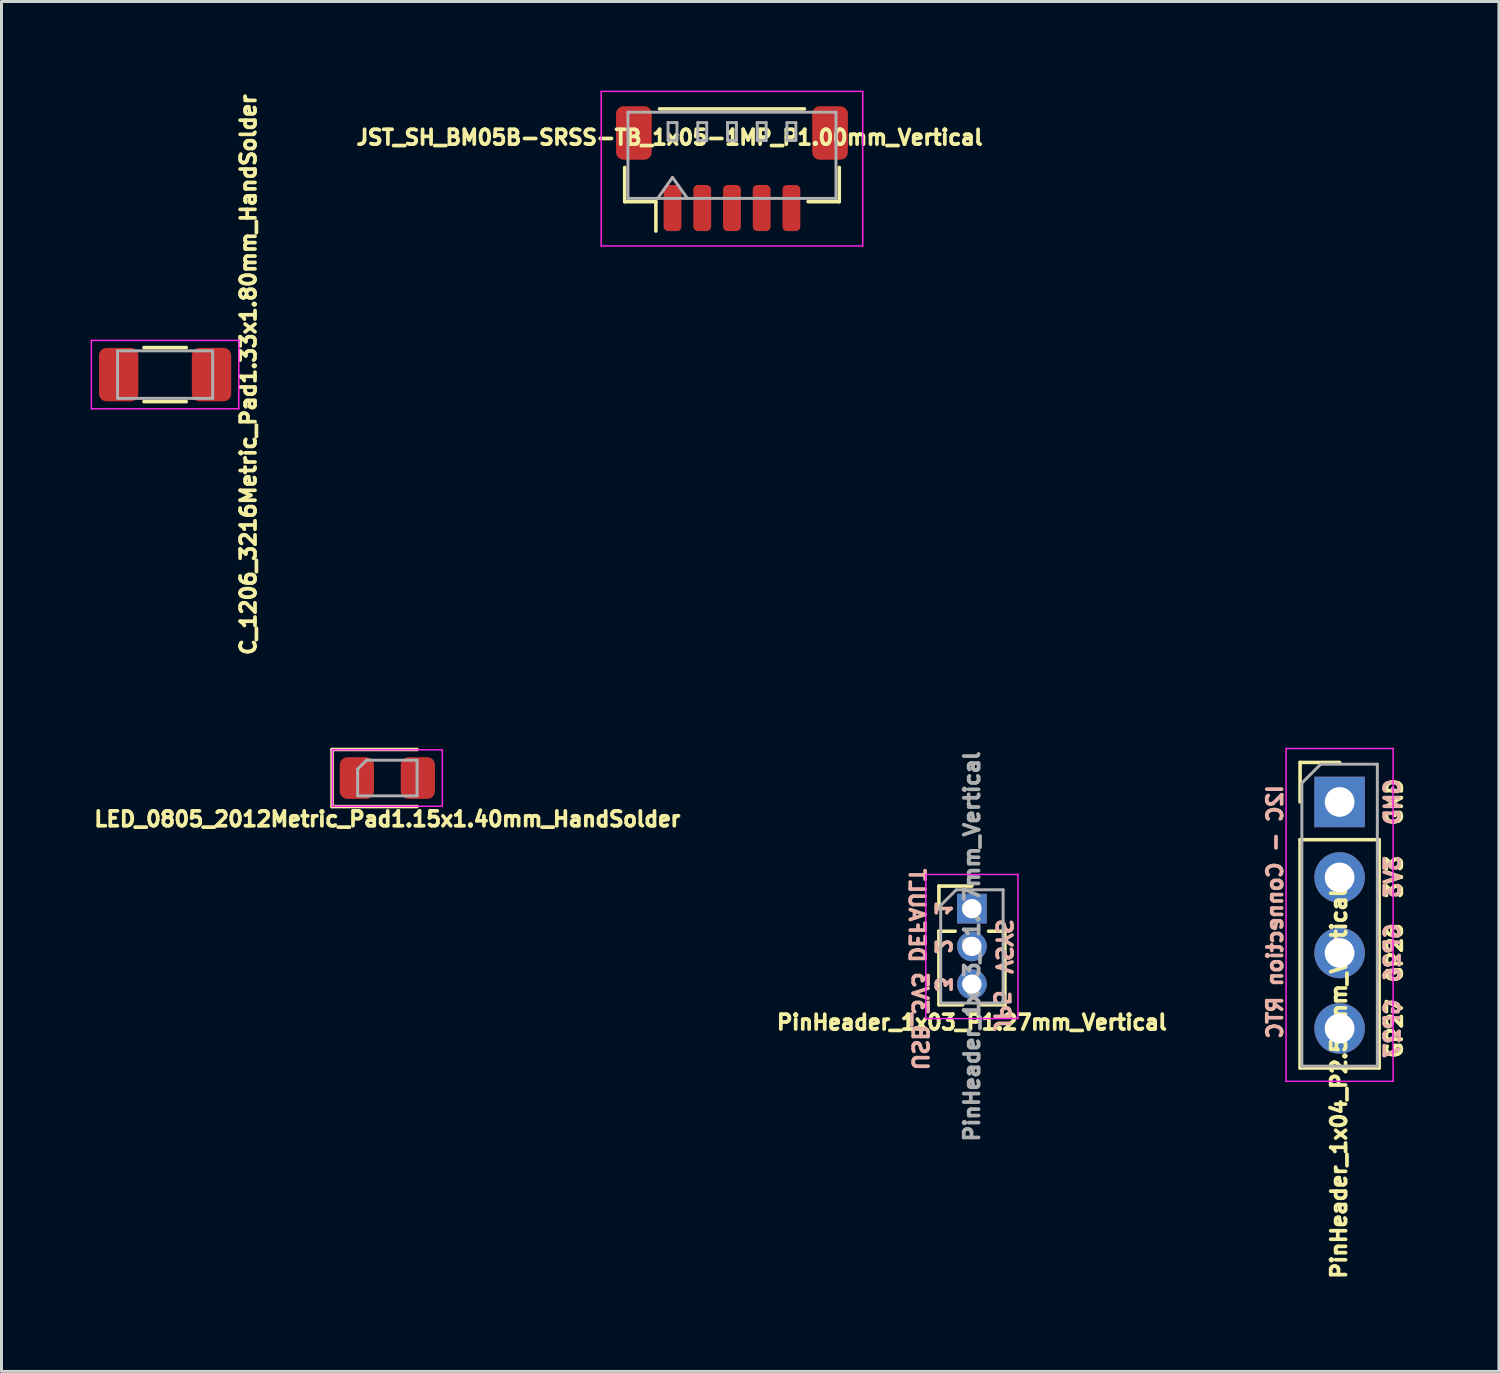
<source format=kicad_pcb>
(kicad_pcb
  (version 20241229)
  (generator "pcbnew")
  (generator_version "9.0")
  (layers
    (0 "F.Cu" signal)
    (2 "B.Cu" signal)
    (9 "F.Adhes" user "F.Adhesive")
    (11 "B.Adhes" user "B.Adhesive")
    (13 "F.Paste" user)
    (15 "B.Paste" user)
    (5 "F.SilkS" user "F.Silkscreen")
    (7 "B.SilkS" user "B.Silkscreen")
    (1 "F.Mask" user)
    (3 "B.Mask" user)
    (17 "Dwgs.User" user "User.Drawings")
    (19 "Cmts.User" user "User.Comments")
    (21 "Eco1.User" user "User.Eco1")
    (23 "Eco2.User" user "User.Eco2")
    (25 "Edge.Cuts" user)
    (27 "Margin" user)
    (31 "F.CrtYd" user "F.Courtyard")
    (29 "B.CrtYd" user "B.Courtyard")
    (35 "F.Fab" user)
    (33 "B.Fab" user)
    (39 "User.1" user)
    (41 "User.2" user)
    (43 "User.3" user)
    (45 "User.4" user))
  (footprint "PinHeader_1x04_P2.54mm_Vertical"
    (layer "F.Cu")
    (at 42.023 23.933)
    (property "Reference" "PinHeader_1x04_P2.54mm_Vertical" (at -0.025 9.475 270) (layer "F.SilkS") (effects (font (size 0.5 0.5) (thickness 0.15))))
    (attr through_hole)
    (fp_line (start -1.33 -1.33) (end 0 -1.33) (stroke (width 0.12) (type solid)) (layer "F.SilkS"))
    (fp_line (start -1.33 0) (end -1.33 -1.33) (stroke (width 0.12) (type solid)) (layer "F.SilkS"))
    (fp_line (start -1.33 1.27) (end -1.33 8.95) (stroke (width 0.12) (type solid)) (layer "F.SilkS"))
    (fp_line (start -1.33 1.27) (end 1.33 1.27) (stroke (width 0.12) (type solid)) (layer "F.SilkS"))
    (fp_line (start -1.33 8.95) (end 1.33 8.95) (stroke (width 0.12) (type solid)) (layer "F.SilkS"))
    (fp_line (start 1.33 1.27) (end 1.33 8.95) (stroke (width 0.12) (type solid)) (layer "F.SilkS"))
    (fp_line (start -1.8 -1.8) (end -1.8 9.4) (stroke (width 0.05) (type solid)) (layer "F.CrtYd"))
    (fp_line (start -1.8 9.4) (end 1.8 9.4) (stroke (width 0.05) (type solid)) (layer "F.CrtYd"))
    (fp_line (start 1.8 -1.8) (end -1.8 -1.8) (stroke (width 0.05) (type solid)) (layer "F.CrtYd"))
    (fp_line (start 1.8 9.4) (end 1.8 -1.8) (stroke (width 0.05) (type solid)) (layer "F.CrtYd"))
    (fp_line (start -1.27 -0.635) (end -0.635 -1.27) (stroke (width 0.1) (type solid)) (layer "F.Fab"))
    (fp_line (start -1.27 8.89) (end -1.27 -0.635) (stroke (width 0.1) (type solid)) (layer "F.Fab"))
    (fp_line (start -0.635 -1.27) (end 1.27 -1.27) (stroke (width 0.1) (type solid)) (layer "F.Fab"))
    (fp_line (start 1.27 -1.27) (end 1.27 8.89) (stroke (width 0.1) (type solid)) (layer "F.Fab"))
    (fp_line (start 1.27 8.89) (end -1.27 8.89) (stroke (width 0.1) (type solid)) (layer "F.Fab"))
    (fp_text user "3V3" (at 1.85 2.525 90) (unlocked yes) (layer "F.SilkS") (effects (font (size 0.5 0.5) (thickness 0.15))))
    (fp_text user "GP27" (at 1.85 7.625 90) (unlocked yes) (layer "F.SilkS") (effects (font (size 0.5 0.5) (thickness 0.15))))
    (fp_text user "GP26" (at 1.85 5.08 90) (unlocked yes) (layer "F.SilkS") (effects (font (size 0.5 0.5) (thickness 0.15))))
    (fp_text user "GND" (at 1.85 0 90) (unlocked yes) (layer "F.SilkS") (effects (font (size 0.5 0.5) (thickness 0.15))))
    (fp_text user "GND" (at 1.775 0 90) (unlocked yes) (layer "B.SilkS") (effects (font (size 0.5 0.5) (thickness 0.15)) (justify mirror)))
    (fp_text user "I2C - Connection RTC" (at -2.175 3.7 90) (unlocked yes) (layer "B.SilkS") (effects (font (size 0.5 0.5) (thickness 0.125)) (justify mirror)))
    (fp_text user "GP27" (at 1.775 7.625 90) (unlocked yes) (layer "B.SilkS") (effects (font (size 0.5 0.5) (thickness 0.15)) (justify mirror)))
    (fp_text user "3V3" (at 1.775 2.525 90) (unlocked yes) (layer "B.SilkS") (effects (font (size 0.5 0.5) (thickness 0.15)) (justify mirror)))
    (fp_text user "GP26" (at 1.775 5.075 90) (unlocked yes) (layer "B.SilkS") (effects (font (size 0.5 0.5) (thickness 0.15)) (justify mirror)))
    (pad "1" thru_hole rect (at 0 0) (size 1.7 1.7) (drill 1) (layers "*.Cu" "*.Mask"))
    (pad "2" thru_hole oval (at 0 2.54) (size 1.7 1.7) (drill 1) (layers "*.Cu" "*.Mask"))
    (pad "3" thru_hole oval (at 0 5.08) (size 1.7 1.7) (drill 1) (layers "*.Cu" "*.Mask"))
    (pad "4" thru_hole oval (at 0 7.62) (size 1.7 1.7) (drill 1) (layers "*.Cu" "*.Mask")))
  (footprint "C_1206_3216Metric_Pad1.33x1.80mm_HandSolder"
    (layer "F.Cu")
    (at 2.505 9.554)
    (property "Reference" "C_1206_3216Metric_Pad1.33x1.80mm_HandSolder" (at 2.8 0 90) (layer "F.SilkS") (effects (font (size 0.5 0.5) (thickness 0.15))))
    (attr smd)
    (fp_line (start -0.711 -0.91) (end 0.711 -0.91) (stroke (width 0.12) (type solid)) (layer "F.SilkS"))
    (fp_line (start -0.711 0.91) (end 0.711 0.91) (stroke (width 0.12) (type solid)) (layer "F.SilkS"))
    (fp_line (start -2.48 -1.15) (end 2.48 -1.15) (stroke (width 0.05) (type solid)) (layer "F.CrtYd"))
    (fp_line (start -2.48 1.15) (end -2.48 -1.15) (stroke (width 0.05) (type solid)) (layer "F.CrtYd"))
    (fp_line (start 2.48 -1.15) (end 2.48 1.15) (stroke (width 0.05) (type solid)) (layer "F.CrtYd"))
    (fp_line (start 2.48 1.15) (end -2.48 1.15) (stroke (width 0.05) (type solid)) (layer "F.CrtYd"))
    (fp_line (start -1.6 -0.8) (end 1.6 -0.8) (stroke (width 0.1) (type solid)) (layer "F.Fab"))
    (fp_line (start -1.6 0.8) (end -1.6 -0.8) (stroke (width 0.1) (type solid)) (layer "F.Fab"))
    (fp_line (start 1.6 -0.8) (end 1.6 0.8) (stroke (width 0.1) (type solid)) (layer "F.Fab"))
    (fp_line (start 1.6 0.8) (end -1.6 0.8) (stroke (width 0.1) (type solid)) (layer "F.Fab"))
    (pad "1" smd roundrect (at -1.562 0 180) (size 1.325 1.8) (layers "F.Cu" "F.Mask" "F.Paste") (roundrect_rratio 0.189))
    (pad "2" smd roundrect (at 1.562 0 180) (size 1.325 1.8) (layers "F.Cu" "F.Mask" "F.Paste") (roundrect_rratio 0.189)))
  (footprint "JST_SH_BM05B-SRSS-TB_1x05-1MP_P1.00mm_Vertical"
    (layer "F.Cu")
    (at 21.578 2.625)
    (property "Reference" "JST_SH_BM05B-SRSS-TB_1x05-1MP_P1.00mm_Vertical" (at -2.1 -1.05 0) (layer "F.SilkS") (effects (font (size 0.5 0.5) (thickness 0.125))))
    (attr smd)
    (fp_line (start -3.61 -0.04) (end -3.61 1.11) (stroke (width 0.12) (type solid)) (layer "F.SilkS"))
    (fp_line (start -3.61 1.11) (end -2.56 1.11) (stroke (width 0.12) (type solid)) (layer "F.SilkS"))
    (fp_line (start -2.56 1.11) (end -2.56 2.1) (stroke (width 0.12) (type solid)) (layer "F.SilkS"))
    (fp_line (start -2.44 -2.01) (end 2.44 -2.01) (stroke (width 0.12) (type solid)) (layer "F.SilkS"))
    (fp_line (start 3.61 -0.04) (end 3.61 1.11) (stroke (width 0.12) (type solid)) (layer "F.SilkS"))
    (fp_line (start 3.61 1.11) (end 2.56 1.11) (stroke (width 0.12) (type solid)) (layer "F.SilkS"))
    (fp_line (start -4.4 -2.6) (end -4.4 2.6) (stroke (width 0.05) (type solid)) (layer "F.CrtYd"))
    (fp_line (start -4.4 2.6) (end 4.4 2.6) (stroke (width 0.05) (type solid)) (layer "F.CrtYd"))
    (fp_line (start 4.4 -2.6) (end -4.4 -2.6) (stroke (width 0.05) (type solid)) (layer "F.CrtYd"))
    (fp_line (start 4.4 2.6) (end 4.4 -2.6) (stroke (width 0.05) (type solid)) (layer "F.CrtYd"))
    (fp_line (start -3.5 -1.9) (end 3.5 -1.9) (stroke (width 0.1) (type solid)) (layer "F.Fab"))
    (fp_line (start -3.5 1) (end -3.5 -1.9) (stroke (width 0.1) (type solid)) (layer "F.Fab"))
    (fp_line (start -3.5 1) (end 3.5 1) (stroke (width 0.1) (type solid)) (layer "F.Fab"))
    (fp_line (start -2.5 1) (end -2 0.293) (stroke (width 0.1) (type solid)) (layer "F.Fab"))
    (fp_line (start -2.15 -1.55) (end -2.15 -0.95) (stroke (width 0.1) (type solid)) (layer "F.Fab"))
    (fp_line (start -2.15 -0.95) (end -1.85 -0.95) (stroke (width 0.1) (type solid)) (layer "F.Fab"))
    (fp_line (start -2 0.293) (end -1.5 1) (stroke (width 0.1) (type solid)) (layer "F.Fab"))
    (fp_line (start -1.85 -1.55) (end -2.15 -1.55) (stroke (width 0.1) (type solid)) (layer "F.Fab"))
    (fp_line (start -1.85 -0.95) (end -1.85 -1.55) (stroke (width 0.1) (type solid)) (layer "F.Fab"))
    (fp_line (start -1.15 -1.55) (end -1.15 -0.95) (stroke (width 0.1) (type solid)) (layer "F.Fab"))
    (fp_line (start -1.15 -0.95) (end -0.85 -0.95) (stroke (width 0.1) (type solid)) (layer "F.Fab"))
    (fp_line (start -0.85 -1.55) (end -1.15 -1.55) (stroke (width 0.1) (type solid)) (layer "F.Fab"))
    (fp_line (start -0.85 -0.95) (end -0.85 -1.55) (stroke (width 0.1) (type solid)) (layer "F.Fab"))
    (fp_line (start -0.15 -1.55) (end -0.15 -0.95) (stroke (width 0.1) (type solid)) (layer "F.Fab"))
    (fp_line (start -0.15 -0.95) (end 0.15 -0.95) (stroke (width 0.1) (type solid)) (layer "F.Fab"))
    (fp_line (start 0.15 -1.55) (end -0.15 -1.55) (stroke (width 0.1) (type solid)) (layer "F.Fab"))
    (fp_line (start 0.15 -0.95) (end 0.15 -1.55) (stroke (width 0.1) (type solid)) (layer "F.Fab"))
    (fp_line (start 0.85 -1.55) (end 0.85 -0.95) (stroke (width 0.1) (type solid)) (layer "F.Fab"))
    (fp_line (start 0.85 -0.95) (end 1.15 -0.95) (stroke (width 0.1) (type solid)) (layer "F.Fab"))
    (fp_line (start 1.15 -1.55) (end 0.85 -1.55) (stroke (width 0.1) (type solid)) (layer "F.Fab"))
    (fp_line (start 1.15 -0.95) (end 1.15 -1.55) (stroke (width 0.1) (type solid)) (layer "F.Fab"))
    (fp_line (start 1.85 -1.55) (end 1.85 -0.95) (stroke (width 0.1) (type solid)) (layer "F.Fab"))
    (fp_line (start 1.85 -0.95) (end 2.15 -0.95) (stroke (width 0.1) (type solid)) (layer "F.Fab"))
    (fp_line (start 2.15 -1.55) (end 1.85 -1.55) (stroke (width 0.1) (type solid)) (layer "F.Fab"))
    (fp_line (start 2.15 -0.95) (end 2.15 -1.55) (stroke (width 0.1) (type solid)) (layer "F.Fab"))
    (fp_line (start 3.5 1) (end 3.5 -1.9) (stroke (width 0.1) (type solid)) (layer "F.Fab"))
    (pad "1" smd roundrect (at -2 1.325) (size 0.6 1.55) (layers "F.Cu" "F.Mask" "F.Paste") (roundrect_rratio 0.25))
    (pad "2" smd roundrect (at -1 1.325) (size 0.6 1.55) (layers "F.Cu" "F.Mask" "F.Paste") (roundrect_rratio 0.25))
    (pad "3" smd roundrect (at 0 1.325) (size 0.6 1.55) (layers "F.Cu" "F.Mask" "F.Paste") (roundrect_rratio 0.25))
    (pad "4" smd roundrect (at 1 1.325) (size 0.6 1.55) (layers "F.Cu" "F.Mask" "F.Paste") (roundrect_rratio 0.25))
    (pad "5" smd roundrect (at 2 1.325) (size 0.6 1.55) (layers "F.Cu" "F.Mask" "F.Paste") (roundrect_rratio 0.25))
    (pad "MP" smd roundrect (at -3.3 -1.2) (size 1.2 1.8) (layers "F.Cu" "F.Mask" "F.Paste") (roundrect_rratio 0.208))
    (pad "MP" smd roundrect (at 3.3 -1.2) (size 1.2 1.8) (layers "F.Cu" "F.Mask" "F.Paste") (roundrect_rratio 0.208)))
  (footprint "PinHeader_1x03_P1.27mm_Vertical"
    (layer "F.Cu")
    (at 29.651 27.523)
    (property "Reference" "PinHeader_1x03_P1.27mm_Vertical" (at 0 3.825 0) (layer "F.SilkS") (effects (font (size 0.5 0.5) (thickness 0.125))))
    (attr through_hole)
    (fp_line (start -1.11 -0.76) (end 0 -0.76) (stroke (width 0.12) (type solid)) (layer "F.SilkS"))
    (fp_line (start -1.11 0) (end -1.11 -0.76) (stroke (width 0.12) (type solid)) (layer "F.SilkS"))
    (fp_line (start -1.11 0.76) (end -1.11 3.235) (stroke (width 0.12) (type solid)) (layer "F.SilkS"))
    (fp_line (start -1.11 0.76) (end -0.563 0.76) (stroke (width 0.12) (type solid)) (layer "F.SilkS"))
    (fp_line (start -1.11 3.235) (end -0.308 3.235) (stroke (width 0.12) (type solid)) (layer "F.SilkS"))
    (fp_line (start 0.308 3.235) (end 1.11 3.235) (stroke (width 0.12) (type solid)) (layer "F.SilkS"))
    (fp_line (start 0.563 0.76) (end 1.11 0.76) (stroke (width 0.12) (type solid)) (layer "F.SilkS"))
    (fp_line (start 1.11 0.76) (end 1.11 3.235) (stroke (width 0.12) (type solid)) (layer "F.SilkS"))
    (fp_line (start -1.55 -1.15) (end -1.55 3.7) (stroke (width 0.05) (type solid)) (layer "F.CrtYd"))
    (fp_line (start -1.55 3.7) (end 1.55 3.7) (stroke (width 0.05) (type solid)) (layer "F.CrtYd"))
    (fp_line (start 1.55 -1.15) (end -1.55 -1.15) (stroke (width 0.05) (type solid)) (layer "F.CrtYd"))
    (fp_line (start 1.55 3.7) (end 1.55 -1.15) (stroke (width 0.05) (type solid)) (layer "F.CrtYd"))
    (fp_line (start -1.05 -0.11) (end -0.525 -0.635) (stroke (width 0.1) (type solid)) (layer "F.Fab"))
    (fp_line (start -1.05 3.175) (end -1.05 -0.11) (stroke (width 0.1) (type solid)) (layer "F.Fab"))
    (fp_line (start -0.525 -0.635) (end 1.05 -0.635) (stroke (width 0.1) (type solid)) (layer "F.Fab"))
    (fp_line (start 1.05 -0.635) (end 1.05 3.175) (stroke (width 0.1) (type solid)) (layer "F.Fab"))
    (fp_line (start 1.05 3.175) (end -1.05 3.175) (stroke (width 0.1) (type solid)) (layer "F.Fab"))
    (fp_text user "VSYS" (at 1.075 1.27 270) (unlocked yes) (layer "B.SilkS") (effects (font (size 0.5 0.5) (thickness 0.125)) (justify mirror)))
    (fp_text user "1" (at -0.975 -0.005 270) (unlocked yes) (layer "B.SilkS") (effects (font (size 0.5 0.5) (thickness 0.125)) (justify mirror)))
    (fp_text user "2" (at -0.975 1.27 270) (unlocked yes) (layer "B.SilkS") (effects (font (size 0.5 0.5) (thickness 0.125)) (justify mirror)))
    (fp_text user "DEFAULT" (at -1.85 1.875 270) (unlocked yes) (layer "B.SilkS") (effects (font (size 0.5 0.5) (thickness 0.125)) (justify left mirror)))
    (fp_text user "USB_3V3" (at -1.75 2.075 270) (unlocked yes) (layer "B.SilkS") (effects (font (size 0.5 0.5) (thickness 0.125)) (justify right mirror)))
    (fp_text user "JP5" (at 1 3.445 270) (unlocked yes) (layer "B.SilkS") (effects (font (size 0.5 0.5) (thickness 0.125)) (justify mirror)))
    (fp_text user "3" (at -0.975 2.545 270) (unlocked yes) (layer "B.SilkS") (effects (font (size 0.5 0.5) (thickness 0.125)) (justify mirror)))
    (fp_text user "${REFERENCE}" (at 0 1.27 90) (layer "F.Fab") (effects (font (size 0.5 0.5) (thickness 0.125))))
    (pad "1" thru_hole rect (at 0 0) (size 1 1) (drill 0.65) (layers "*.Cu" "*.Mask"))
    (pad "2" thru_hole oval (at 0 1.27) (size 1 1) (drill 0.65) (layers "*.Cu" "*.Mask"))
    (pad "3" thru_hole oval (at 0 2.54) (size 1 1) (drill 0.65) (layers "*.Cu" "*.Mask")))
  (footprint "LED_0805_2012Metric_Pad1.15x1.40mm_HandSolder"
    (layer "F.Cu")
    (at 9.983 23.128)
    (property "Reference" "LED_0805_2012Metric_Pad1.15x1.40mm_HandSolder" (at 0 1.38 0) (layer "F.SilkS") (effects (font (size 0.5 0.5) (thickness 0.125))))
    (attr smd)
    (fp_line (start -1.86 -0.96) (end -1.86 0.96) (stroke (width 0.12) (type solid)) (layer "F.SilkS"))
    (fp_line (start -1.86 0.96) (end 1 0.96) (stroke (width 0.12) (type solid)) (layer "F.SilkS"))
    (fp_line (start 1 -0.96) (end -1.86 -0.96) (stroke (width 0.12) (type solid)) (layer "F.SilkS"))
    (fp_line (start -1.85 -0.95) (end 1.85 -0.95) (stroke (width 0.05) (type solid)) (layer "F.CrtYd"))
    (fp_line (start -1.85 0.95) (end -1.85 -0.95) (stroke (width 0.05) (type solid)) (layer "F.CrtYd"))
    (fp_line (start 1.85 -0.95) (end 1.85 0.95) (stroke (width 0.05) (type solid)) (layer "F.CrtYd"))
    (fp_line (start 1.85 0.95) (end -1.85 0.95) (stroke (width 0.05) (type solid)) (layer "F.CrtYd"))
    (fp_line (start -1 -0.3) (end -1 0.6) (stroke (width 0.1) (type solid)) (layer "F.Fab"))
    (fp_line (start -1 0.6) (end 1 0.6) (stroke (width 0.1) (type solid)) (layer "F.Fab"))
    (fp_line (start -0.7 -0.6) (end -1 -0.3) (stroke (width 0.1) (type solid)) (layer "F.Fab"))
    (fp_line (start 1 -0.6) (end -0.7 -0.6) (stroke (width 0.1) (type solid)) (layer "F.Fab"))
    (fp_line (start 1 0.6) (end 1 -0.6) (stroke (width 0.1) (type solid)) (layer "F.Fab"))
    (pad "1" smd roundrect (at -1.025 0) (size 1.15 1.4) (layers "F.Cu" "F.Mask" "F.Paste") (roundrect_rratio 0.217))
    (pad "2" smd roundrect (at 1.025 0) (size 1.15 1.4) (layers "F.Cu" "F.Mask" "F.Paste") (roundrect_rratio 0.217)))
  (gr_rect
    (start -3 -3)
    (end 47.384 43.093)
    (stroke (width 0.1) (type default))
    (fill no)
    (layer "Edge.Cuts")))
</source>
